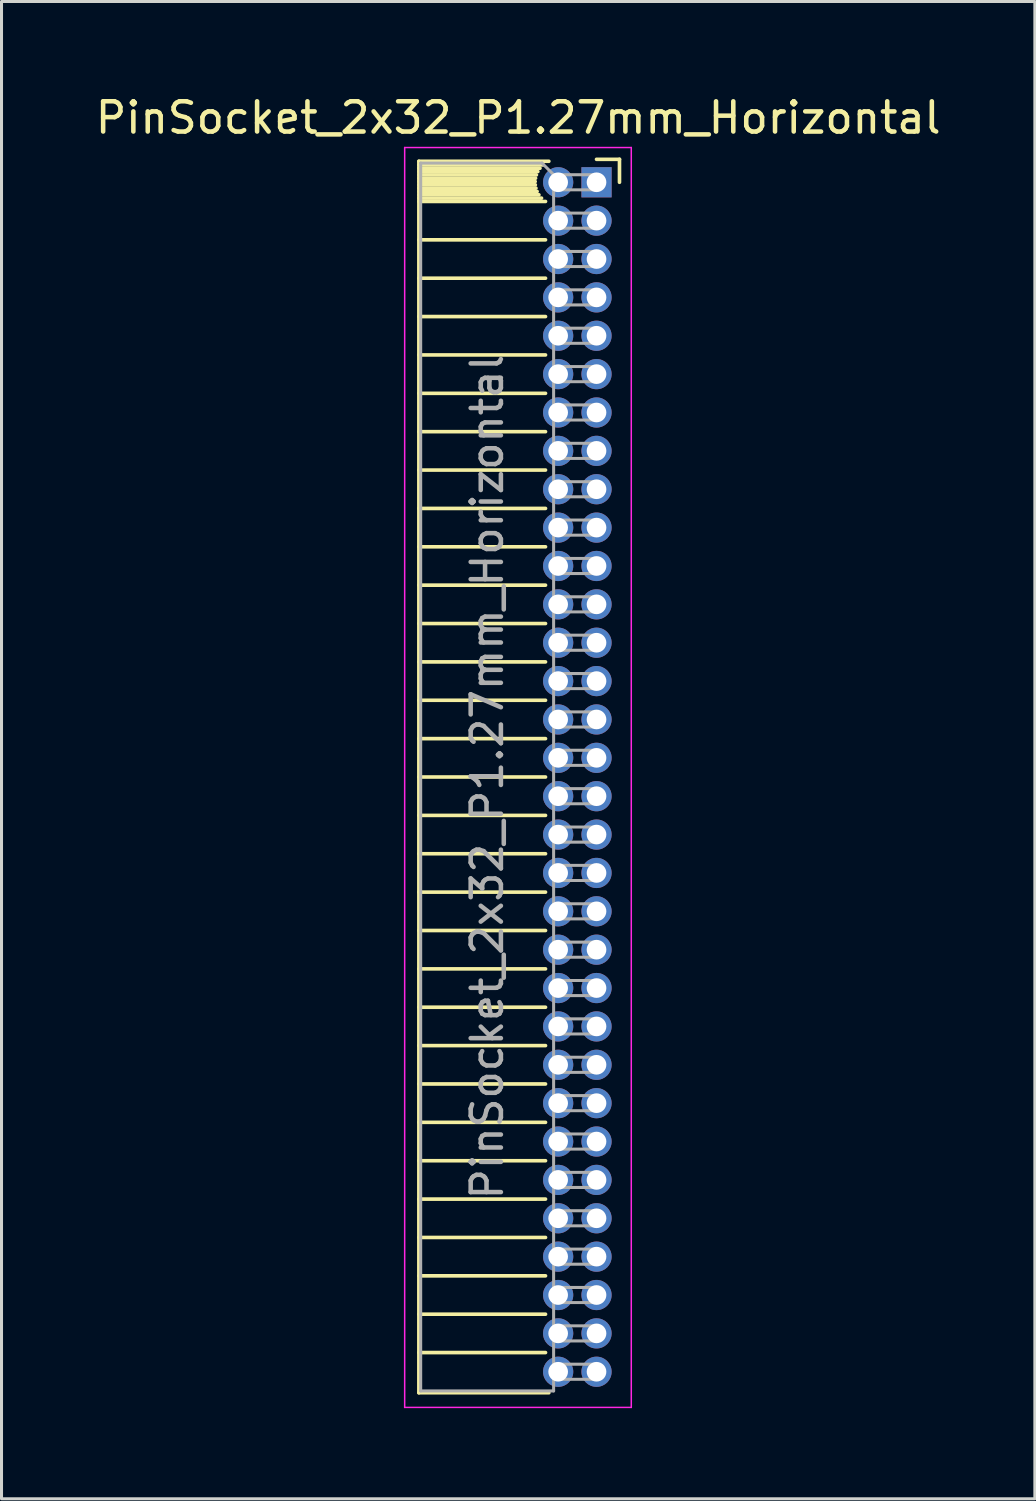
<source format=kicad_pcb>
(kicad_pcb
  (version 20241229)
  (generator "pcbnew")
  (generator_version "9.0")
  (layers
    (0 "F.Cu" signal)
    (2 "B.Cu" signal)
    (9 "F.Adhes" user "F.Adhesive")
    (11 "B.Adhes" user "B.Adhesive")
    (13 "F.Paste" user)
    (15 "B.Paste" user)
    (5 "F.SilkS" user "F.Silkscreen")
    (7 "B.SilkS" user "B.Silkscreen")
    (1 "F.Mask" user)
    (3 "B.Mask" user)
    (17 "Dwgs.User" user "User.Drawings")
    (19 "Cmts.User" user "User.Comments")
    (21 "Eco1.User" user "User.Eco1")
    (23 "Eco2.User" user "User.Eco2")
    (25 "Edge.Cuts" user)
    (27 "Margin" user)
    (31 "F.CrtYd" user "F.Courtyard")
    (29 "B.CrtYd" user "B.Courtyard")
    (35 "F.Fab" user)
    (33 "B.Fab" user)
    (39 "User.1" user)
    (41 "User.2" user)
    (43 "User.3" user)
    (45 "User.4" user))
  (footprint "PinSocket_2x32_P1.27mm_Horizontal"
    (layer "F.Cu")
    (at 16.694 2.983)
    (property "Reference" "PinSocket_2x32_P1.27mm_Horizontal" (at -2.592 -2.135 0) (layer "F.SilkS") (effects (font (size 1 1) (thickness 0.15))))
    (attr through_hole)
    (fp_line (start -5.88 -0.695) (end -5.88 40.065) (stroke (width 0.12) (type solid)) (layer "F.SilkS"))
    (fp_line (start -5.88 -0.695) (end -1.578 -0.695) (stroke (width 0.12) (type solid)) (layer "F.SilkS"))
    (fp_line (start -5.88 -0.575) (end -1.767 -0.575) (stroke (width 0.12) (type solid)) (layer "F.SilkS"))
    (fp_line (start -5.88 -0.465) (end -1.871 -0.465) (stroke (width 0.12) (type solid)) (layer "F.SilkS"))
    (fp_line (start -5.88 -0.355) (end -1.942 -0.355) (stroke (width 0.12) (type solid)) (layer "F.SilkS"))
    (fp_line (start -5.88 -0.245) (end -1.989 -0.245) (stroke (width 0.12) (type solid)) (layer "F.SilkS"))
    (fp_line (start -5.88 -0.135) (end -2.018 -0.135) (stroke (width 0.12) (type solid)) (layer "F.SilkS"))
    (fp_line (start -5.88 -0.025) (end -2.03 -0.025) (stroke (width 0.12) (type solid)) (layer "F.SilkS"))
    (fp_line (start -5.88 0.085) (end -2.025 0.085) (stroke (width 0.12) (type solid)) (layer "F.SilkS"))
    (fp_line (start -5.88 0.195) (end -2.005 0.195) (stroke (width 0.12) (type solid)) (layer "F.SilkS"))
    (fp_line (start -5.88 0.305) (end -1.966 0.305) (stroke (width 0.12) (type solid)) (layer "F.SilkS"))
    (fp_line (start -5.88 0.415) (end -1.907 0.415) (stroke (width 0.12) (type solid)) (layer "F.SilkS"))
    (fp_line (start -5.88 0.525) (end -1.82 0.525) (stroke (width 0.12) (type solid)) (layer "F.SilkS"))
    (fp_line (start -5.88 0.635) (end -1.688 0.635) (stroke (width 0.12) (type solid)) (layer "F.SilkS"))
    (fp_line (start -5.88 1.905) (end -1.688 1.905) (stroke (width 0.12) (type solid)) (layer "F.SilkS"))
    (fp_line (start -5.88 3.175) (end -1.688 3.175) (stroke (width 0.12) (type solid)) (layer "F.SilkS"))
    (fp_line (start -5.88 4.445) (end -1.688 4.445) (stroke (width 0.12) (type solid)) (layer "F.SilkS"))
    (fp_line (start -5.88 5.715) (end -1.688 5.715) (stroke (width 0.12) (type solid)) (layer "F.SilkS"))
    (fp_line (start -5.88 6.985) (end -1.688 6.985) (stroke (width 0.12) (type solid)) (layer "F.SilkS"))
    (fp_line (start -5.88 8.255) (end -1.688 8.255) (stroke (width 0.12) (type solid)) (layer "F.SilkS"))
    (fp_line (start -5.88 9.525) (end -1.688 9.525) (stroke (width 0.12) (type solid)) (layer "F.SilkS"))
    (fp_line (start -5.88 10.795) (end -1.688 10.795) (stroke (width 0.12) (type solid)) (layer "F.SilkS"))
    (fp_line (start -5.88 12.065) (end -1.688 12.065) (stroke (width 0.12) (type solid)) (layer "F.SilkS"))
    (fp_line (start -5.88 13.335) (end -1.688 13.335) (stroke (width 0.12) (type solid)) (layer "F.SilkS"))
    (fp_line (start -5.88 14.605) (end -1.688 14.605) (stroke (width 0.12) (type solid)) (layer "F.SilkS"))
    (fp_line (start -5.88 15.875) (end -1.688 15.875) (stroke (width 0.12) (type solid)) (layer "F.SilkS"))
    (fp_line (start -5.88 17.145) (end -1.688 17.145) (stroke (width 0.12) (type solid)) (layer "F.SilkS"))
    (fp_line (start -5.88 18.415) (end -1.688 18.415) (stroke (width 0.12) (type solid)) (layer "F.SilkS"))
    (fp_line (start -5.88 19.685) (end -1.688 19.685) (stroke (width 0.12) (type solid)) (layer "F.SilkS"))
    (fp_line (start -5.88 20.955) (end -1.688 20.955) (stroke (width 0.12) (type solid)) (layer "F.SilkS"))
    (fp_line (start -5.88 22.225) (end -1.688 22.225) (stroke (width 0.12) (type solid)) (layer "F.SilkS"))
    (fp_line (start -5.88 23.495) (end -1.688 23.495) (stroke (width 0.12) (type solid)) (layer "F.SilkS"))
    (fp_line (start -5.88 24.765) (end -1.688 24.765) (stroke (width 0.12) (type solid)) (layer "F.SilkS"))
    (fp_line (start -5.88 26.035) (end -1.688 26.035) (stroke (width 0.12) (type solid)) (layer "F.SilkS"))
    (fp_line (start -5.88 27.305) (end -1.688 27.305) (stroke (width 0.12) (type solid)) (layer "F.SilkS"))
    (fp_line (start -5.88 28.575) (end -1.688 28.575) (stroke (width 0.12) (type solid)) (layer "F.SilkS"))
    (fp_line (start -5.88 29.845) (end -1.688 29.845) (stroke (width 0.12) (type solid)) (layer "F.SilkS"))
    (fp_line (start -5.88 31.115) (end -1.688 31.115) (stroke (width 0.12) (type solid)) (layer "F.SilkS"))
    (fp_line (start -5.88 32.385) (end -1.688 32.385) (stroke (width 0.12) (type solid)) (layer "F.SilkS"))
    (fp_line (start -5.88 33.655) (end -1.688 33.655) (stroke (width 0.12) (type solid)) (layer "F.SilkS"))
    (fp_line (start -5.88 34.925) (end -1.688 34.925) (stroke (width 0.12) (type solid)) (layer "F.SilkS"))
    (fp_line (start -5.88 36.195) (end -1.688 36.195) (stroke (width 0.12) (type solid)) (layer "F.SilkS"))
    (fp_line (start -5.88 37.465) (end -1.688 37.465) (stroke (width 0.12) (type solid)) (layer "F.SilkS"))
    (fp_line (start -5.88 38.735) (end -1.688 38.735) (stroke (width 0.12) (type solid)) (layer "F.SilkS"))
    (fp_line (start -5.88 40.065) (end -1.578 40.065) (stroke (width 0.12) (type solid)) (layer "F.SilkS"))
    (fp_line (start 0 -0.76) (end 0.76 -0.76) (stroke (width 0.12) (type solid)) (layer "F.SilkS"))
    (fp_line (start 0.76 -0.76) (end 0.76 0) (stroke (width 0.12) (type solid)) (layer "F.SilkS"))
    (fp_line (start -6.35 -1.15) (end -6.35 40.55) (stroke (width 0.05) (type solid)) (layer "F.CrtYd"))
    (fp_line (start -6.35 40.55) (end 1.15 40.55) (stroke (width 0.05) (type solid)) (layer "F.CrtYd"))
    (fp_line (start 1.15 -1.15) (end -6.35 -1.15) (stroke (width 0.05) (type solid)) (layer "F.CrtYd"))
    (fp_line (start 1.15 40.55) (end 1.15 -1.15) (stroke (width 0.05) (type solid)) (layer "F.CrtYd"))
    (fp_line (start -5.82 -0.635) (end -1.805 -0.635) (stroke (width 0.1) (type solid)) (layer "F.Fab"))
    (fp_line (start -5.82 40.005) (end -5.82 -0.635) (stroke (width 0.1) (type solid)) (layer "F.Fab"))
    (fp_line (start -1.805 -0.635) (end -1.42 -0.25) (stroke (width 0.1) (type solid)) (layer "F.Fab"))
    (fp_line (start -1.42 -0.25) (end -1.42 40.005) (stroke (width 0.1) (type solid)) (layer "F.Fab"))
    (fp_line (start -1.42 0.25) (end 0 0.25) (stroke (width 0.1) (type solid)) (layer "F.Fab"))
    (fp_line (start -1.42 1.52) (end 0 1.52) (stroke (width 0.1) (type solid)) (layer "F.Fab"))
    (fp_line (start -1.42 2.79) (end 0 2.79) (stroke (width 0.1) (type solid)) (layer "F.Fab"))
    (fp_line (start -1.42 4.06) (end 0 4.06) (stroke (width 0.1) (type solid)) (layer "F.Fab"))
    (fp_line (start -1.42 5.33) (end 0 5.33) (stroke (width 0.1) (type solid)) (layer "F.Fab"))
    (fp_line (start -1.42 6.6) (end 0 6.6) (stroke (width 0.1) (type solid)) (layer "F.Fab"))
    (fp_line (start -1.42 7.87) (end 0 7.87) (stroke (width 0.1) (type solid)) (layer "F.Fab"))
    (fp_line (start -1.42 9.14) (end 0 9.14) (stroke (width 0.1) (type solid)) (layer "F.Fab"))
    (fp_line (start -1.42 10.41) (end 0 10.41) (stroke (width 0.1) (type solid)) (layer "F.Fab"))
    (fp_line (start -1.42 11.68) (end 0 11.68) (stroke (width 0.1) (type solid)) (layer "F.Fab"))
    (fp_line (start -1.42 12.95) (end 0 12.95) (stroke (width 0.1) (type solid)) (layer "F.Fab"))
    (fp_line (start -1.42 14.22) (end 0 14.22) (stroke (width 0.1) (type solid)) (layer "F.Fab"))
    (fp_line (start -1.42 15.49) (end 0 15.49) (stroke (width 0.1) (type solid)) (layer "F.Fab"))
    (fp_line (start -1.42 16.76) (end 0 16.76) (stroke (width 0.1) (type solid)) (layer "F.Fab"))
    (fp_line (start -1.42 18.03) (end 0 18.03) (stroke (width 0.1) (type solid)) (layer "F.Fab"))
    (fp_line (start -1.42 19.3) (end 0 19.3) (stroke (width 0.1) (type solid)) (layer "F.Fab"))
    (fp_line (start -1.42 20.57) (end 0 20.57) (stroke (width 0.1) (type solid)) (layer "F.Fab"))
    (fp_line (start -1.42 21.84) (end 0 21.84) (stroke (width 0.1) (type solid)) (layer "F.Fab"))
    (fp_line (start -1.42 23.11) (end 0 23.11) (stroke (width 0.1) (type solid)) (layer "F.Fab"))
    (fp_line (start -1.42 24.38) (end 0 24.38) (stroke (width 0.1) (type solid)) (layer "F.Fab"))
    (fp_line (start -1.42 25.65) (end 0 25.65) (stroke (width 0.1) (type solid)) (layer "F.Fab"))
    (fp_line (start -1.42 26.92) (end 0 26.92) (stroke (width 0.1) (type solid)) (layer "F.Fab"))
    (fp_line (start -1.42 28.19) (end 0 28.19) (stroke (width 0.1) (type solid)) (layer "F.Fab"))
    (fp_line (start -1.42 29.46) (end 0 29.46) (stroke (width 0.1) (type solid)) (layer "F.Fab"))
    (fp_line (start -1.42 30.73) (end 0 30.73) (stroke (width 0.1) (type solid)) (layer "F.Fab"))
    (fp_line (start -1.42 32) (end 0 32) (stroke (width 0.1) (type solid)) (layer "F.Fab"))
    (fp_line (start -1.42 33.27) (end 0 33.27) (stroke (width 0.1) (type solid)) (layer "F.Fab"))
    (fp_line (start -1.42 34.54) (end 0 34.54) (stroke (width 0.1) (type solid)) (layer "F.Fab"))
    (fp_line (start -1.42 35.81) (end 0 35.81) (stroke (width 0.1) (type solid)) (layer "F.Fab"))
    (fp_line (start -1.42 37.08) (end 0 37.08) (stroke (width 0.1) (type solid)) (layer "F.Fab"))
    (fp_line (start -1.42 38.35) (end 0 38.35) (stroke (width 0.1) (type solid)) (layer "F.Fab"))
    (fp_line (start -1.42 39.62) (end 0 39.62) (stroke (width 0.1) (type solid)) (layer "F.Fab"))
    (fp_line (start -1.42 40.005) (end -5.82 40.005) (stroke (width 0.1) (type solid)) (layer "F.Fab"))
    (fp_line (start 0 -0.25) (end -1.42 -0.25) (stroke (width 0.1) (type solid)) (layer "F.Fab"))
    (fp_line (start 0 0.25) (end 0 -0.25) (stroke (width 0.1) (type solid)) (layer "F.Fab"))
    (fp_line (start 0 1.02) (end -1.42 1.02) (stroke (width 0.1) (type solid)) (layer "F.Fab"))
    (fp_line (start 0 1.52) (end 0 1.02) (stroke (width 0.1) (type solid)) (layer "F.Fab"))
    (fp_line (start 0 2.29) (end -1.42 2.29) (stroke (width 0.1) (type solid)) (layer "F.Fab"))
    (fp_line (start 0 2.79) (end 0 2.29) (stroke (width 0.1) (type solid)) (layer "F.Fab"))
    (fp_line (start 0 3.56) (end -1.42 3.56) (stroke (width 0.1) (type solid)) (layer "F.Fab"))
    (fp_line (start 0 4.06) (end 0 3.56) (stroke (width 0.1) (type solid)) (layer "F.Fab"))
    (fp_line (start 0 4.83) (end -1.42 4.83) (stroke (width 0.1) (type solid)) (layer "F.Fab"))
    (fp_line (start 0 5.33) (end 0 4.83) (stroke (width 0.1) (type solid)) (layer "F.Fab"))
    (fp_line (start 0 6.1) (end -1.42 6.1) (stroke (width 0.1) (type solid)) (layer "F.Fab"))
    (fp_line (start 0 6.6) (end 0 6.1) (stroke (width 0.1) (type solid)) (layer "F.Fab"))
    (fp_line (start 0 7.37) (end -1.42 7.37) (stroke (width 0.1) (type solid)) (layer "F.Fab"))
    (fp_line (start 0 7.87) (end 0 7.37) (stroke (width 0.1) (type solid)) (layer "F.Fab"))
    (fp_line (start 0 8.64) (end -1.42 8.64) (stroke (width 0.1) (type solid)) (layer "F.Fab"))
    (fp_line (start 0 9.14) (end 0 8.64) (stroke (width 0.1) (type solid)) (layer "F.Fab"))
    (fp_line (start 0 9.91) (end -1.42 9.91) (stroke (width 0.1) (type solid)) (layer "F.Fab"))
    (fp_line (start 0 10.41) (end 0 9.91) (stroke (width 0.1) (type solid)) (layer "F.Fab"))
    (fp_line (start 0 11.18) (end -1.42 11.18) (stroke (width 0.1) (type solid)) (layer "F.Fab"))
    (fp_line (start 0 11.68) (end 0 11.18) (stroke (width 0.1) (type solid)) (layer "F.Fab"))
    (fp_line (start 0 12.45) (end -1.42 12.45) (stroke (width 0.1) (type solid)) (layer "F.Fab"))
    (fp_line (start 0 12.95) (end 0 12.45) (stroke (width 0.1) (type solid)) (layer "F.Fab"))
    (fp_line (start 0 13.72) (end -1.42 13.72) (stroke (width 0.1) (type solid)) (layer "F.Fab"))
    (fp_line (start 0 14.22) (end 0 13.72) (stroke (width 0.1) (type solid)) (layer "F.Fab"))
    (fp_line (start 0 14.99) (end -1.42 14.99) (stroke (width 0.1) (type solid)) (layer "F.Fab"))
    (fp_line (start 0 15.49) (end 0 14.99) (stroke (width 0.1) (type solid)) (layer "F.Fab"))
    (fp_line (start 0 16.26) (end -1.42 16.26) (stroke (width 0.1) (type solid)) (layer "F.Fab"))
    (fp_line (start 0 16.76) (end 0 16.26) (stroke (width 0.1) (type solid)) (layer "F.Fab"))
    (fp_line (start 0 17.53) (end -1.42 17.53) (stroke (width 0.1) (type solid)) (layer "F.Fab"))
    (fp_line (start 0 18.03) (end 0 17.53) (stroke (width 0.1) (type solid)) (layer "F.Fab"))
    (fp_line (start 0 18.8) (end -1.42 18.8) (stroke (width 0.1) (type solid)) (layer "F.Fab"))
    (fp_line (start 0 19.3) (end 0 18.8) (stroke (width 0.1) (type solid)) (layer "F.Fab"))
    (fp_line (start 0 20.07) (end -1.42 20.07) (stroke (width 0.1) (type solid)) (layer "F.Fab"))
    (fp_line (start 0 20.57) (end 0 20.07) (stroke (width 0.1) (type solid)) (layer "F.Fab"))
    (fp_line (start 0 21.34) (end -1.42 21.34) (stroke (width 0.1) (type solid)) (layer "F.Fab"))
    (fp_line (start 0 21.84) (end 0 21.34) (stroke (width 0.1) (type solid)) (layer "F.Fab"))
    (fp_line (start 0 22.61) (end -1.42 22.61) (stroke (width 0.1) (type solid)) (layer "F.Fab"))
    (fp_line (start 0 23.11) (end 0 22.61) (stroke (width 0.1) (type solid)) (layer "F.Fab"))
    (fp_line (start 0 23.88) (end -1.42 23.88) (stroke (width 0.1) (type solid)) (layer "F.Fab"))
    (fp_line (start 0 24.38) (end 0 23.88) (stroke (width 0.1) (type solid)) (layer "F.Fab"))
    (fp_line (start 0 25.15) (end -1.42 25.15) (stroke (width 0.1) (type solid)) (layer "F.Fab"))
    (fp_line (start 0 25.65) (end 0 25.15) (stroke (width 0.1) (type solid)) (layer "F.Fab"))
    (fp_line (start 0 26.42) (end -1.42 26.42) (stroke (width 0.1) (type solid)) (layer "F.Fab"))
    (fp_line (start 0 26.92) (end 0 26.42) (stroke (width 0.1) (type solid)) (layer "F.Fab"))
    (fp_line (start 0 27.69) (end -1.42 27.69) (stroke (width 0.1) (type solid)) (layer "F.Fab"))
    (fp_line (start 0 28.19) (end 0 27.69) (stroke (width 0.1) (type solid)) (layer "F.Fab"))
    (fp_line (start 0 28.96) (end -1.42 28.96) (stroke (width 0.1) (type solid)) (layer "F.Fab"))
    (fp_line (start 0 29.46) (end 0 28.96) (stroke (width 0.1) (type solid)) (layer "F.Fab"))
    (fp_line (start 0 30.23) (end -1.42 30.23) (stroke (width 0.1) (type solid)) (layer "F.Fab"))
    (fp_line (start 0 30.73) (end 0 30.23) (stroke (width 0.1) (type solid)) (layer "F.Fab"))
    (fp_line (start 0 31.5) (end -1.42 31.5) (stroke (width 0.1) (type solid)) (layer "F.Fab"))
    (fp_line (start 0 32) (end 0 31.5) (stroke (width 0.1) (type solid)) (layer "F.Fab"))
    (fp_line (start 0 32.77) (end -1.42 32.77) (stroke (width 0.1) (type solid)) (layer "F.Fab"))
    (fp_line (start 0 33.27) (end 0 32.77) (stroke (width 0.1) (type solid)) (layer "F.Fab"))
    (fp_line (start 0 34.04) (end -1.42 34.04) (stroke (width 0.1) (type solid)) (layer "F.Fab"))
    (fp_line (start 0 34.54) (end 0 34.04) (stroke (width 0.1) (type solid)) (layer "F.Fab"))
    (fp_line (start 0 35.31) (end -1.42 35.31) (stroke (width 0.1) (type solid)) (layer "F.Fab"))
    (fp_line (start 0 35.81) (end 0 35.31) (stroke (width 0.1) (type solid)) (layer "F.Fab"))
    (fp_line (start 0 36.58) (end -1.42 36.58) (stroke (width 0.1) (type solid)) (layer "F.Fab"))
    (fp_line (start 0 37.08) (end 0 36.58) (stroke (width 0.1) (type solid)) (layer "F.Fab"))
    (fp_line (start 0 37.85) (end -1.42 37.85) (stroke (width 0.1) (type solid)) (layer "F.Fab"))
    (fp_line (start 0 38.35) (end 0 37.85) (stroke (width 0.1) (type solid)) (layer "F.Fab"))
    (fp_line (start 0 39.12) (end -1.42 39.12) (stroke (width 0.1) (type solid)) (layer "F.Fab"))
    (fp_line (start 0 39.62) (end 0 39.12) (stroke (width 0.1) (type solid)) (layer "F.Fab"))
    (fp_text user "${REFERENCE}" (at -3.62 19.685 90) (layer "F.Fab") (effects (font (size 1 1) (thickness 0.15))))
    (pad "1" thru_hole rect (at 0 0) (size 1 1) (drill 0.65) (layers "*.Cu" "*.Mask"))
    (pad "2" thru_hole circle (at -1.27 0) (size 1 1) (drill 0.65) (layers "*.Cu" "*.Mask"))
    (pad "3" thru_hole circle (at 0 1.27) (size 1 1) (drill 0.65) (layers "*.Cu" "*.Mask"))
    (pad "4" thru_hole circle (at -1.27 1.27) (size 1 1) (drill 0.65) (layers "*.Cu" "*.Mask"))
    (pad "5" thru_hole circle (at 0 2.54) (size 1 1) (drill 0.65) (layers "*.Cu" "*.Mask"))
    (pad "6" thru_hole circle (at -1.27 2.54) (size 1 1) (drill 0.65) (layers "*.Cu" "*.Mask"))
    (pad "7" thru_hole circle (at 0 3.81) (size 1 1) (drill 0.65) (layers "*.Cu" "*.Mask"))
    (pad "8" thru_hole circle (at -1.27 3.81) (size 1 1) (drill 0.65) (layers "*.Cu" "*.Mask"))
    (pad "9" thru_hole circle (at 0 5.08) (size 1 1) (drill 0.65) (layers "*.Cu" "*.Mask"))
    (pad "10" thru_hole circle (at -1.27 5.08) (size 1 1) (drill 0.65) (layers "*.Cu" "*.Mask"))
    (pad "11" thru_hole circle (at 0 6.35) (size 1 1) (drill 0.65) (layers "*.Cu" "*.Mask"))
    (pad "12" thru_hole circle (at -1.27 6.35) (size 1 1) (drill 0.65) (layers "*.Cu" "*.Mask"))
    (pad "13" thru_hole circle (at 0 7.62) (size 1 1) (drill 0.65) (layers "*.Cu" "*.Mask"))
    (pad "14" thru_hole circle (at -1.27 7.62) (size 1 1) (drill 0.65) (layers "*.Cu" "*.Mask"))
    (pad "15" thru_hole circle (at 0 8.89) (size 1 1) (drill 0.65) (layers "*.Cu" "*.Mask"))
    (pad "16" thru_hole circle (at -1.27 8.89) (size 1 1) (drill 0.65) (layers "*.Cu" "*.Mask"))
    (pad "17" thru_hole circle (at 0 10.16) (size 1 1) (drill 0.65) (layers "*.Cu" "*.Mask"))
    (pad "18" thru_hole circle (at -1.27 10.16) (size 1 1) (drill 0.65) (layers "*.Cu" "*.Mask"))
    (pad "19" thru_hole circle (at 0 11.43) (size 1 1) (drill 0.65) (layers "*.Cu" "*.Mask"))
    (pad "20" thru_hole circle (at -1.27 11.43) (size 1 1) (drill 0.65) (layers "*.Cu" "*.Mask"))
    (pad "21" thru_hole circle (at 0 12.7) (size 1 1) (drill 0.65) (layers "*.Cu" "*.Mask"))
    (pad "22" thru_hole circle (at -1.27 12.7) (size 1 1) (drill 0.65) (layers "*.Cu" "*.Mask"))
    (pad "23" thru_hole circle (at 0 13.97) (size 1 1) (drill 0.65) (layers "*.Cu" "*.Mask"))
    (pad "24" thru_hole circle (at -1.27 13.97) (size 1 1) (drill 0.65) (layers "*.Cu" "*.Mask"))
    (pad "25" thru_hole circle (at 0 15.24) (size 1 1) (drill 0.65) (layers "*.Cu" "*.Mask"))
    (pad "26" thru_hole circle (at -1.27 15.24) (size 1 1) (drill 0.65) (layers "*.Cu" "*.Mask"))
    (pad "27" thru_hole circle (at 0 16.51) (size 1 1) (drill 0.65) (layers "*.Cu" "*.Mask"))
    (pad "28" thru_hole circle (at -1.27 16.51) (size 1 1) (drill 0.65) (layers "*.Cu" "*.Mask"))
    (pad "29" thru_hole circle (at 0 17.78) (size 1 1) (drill 0.65) (layers "*.Cu" "*.Mask"))
    (pad "30" thru_hole circle (at -1.27 17.78) (size 1 1) (drill 0.65) (layers "*.Cu" "*.Mask"))
    (pad "31" thru_hole circle (at 0 19.05) (size 1 1) (drill 0.65) (layers "*.Cu" "*.Mask"))
    (pad "32" thru_hole circle (at -1.27 19.05) (size 1 1) (drill 0.65) (layers "*.Cu" "*.Mask"))
    (pad "33" thru_hole circle (at 0 20.32) (size 1 1) (drill 0.65) (layers "*.Cu" "*.Mask"))
    (pad "34" thru_hole circle (at -1.27 20.32) (size 1 1) (drill 0.65) (layers "*.Cu" "*.Mask"))
    (pad "35" thru_hole circle (at 0 21.59) (size 1 1) (drill 0.65) (layers "*.Cu" "*.Mask"))
    (pad "36" thru_hole circle (at -1.27 21.59) (size 1 1) (drill 0.65) (layers "*.Cu" "*.Mask"))
    (pad "37" thru_hole circle (at 0 22.86) (size 1 1) (drill 0.65) (layers "*.Cu" "*.Mask"))
    (pad "38" thru_hole circle (at -1.27 22.86) (size 1 1) (drill 0.65) (layers "*.Cu" "*.Mask"))
    (pad "39" thru_hole circle (at 0 24.13) (size 1 1) (drill 0.65) (layers "*.Cu" "*.Mask"))
    (pad "40" thru_hole circle (at -1.27 24.13) (size 1 1) (drill 0.65) (layers "*.Cu" "*.Mask"))
    (pad "41" thru_hole circle (at 0 25.4) (size 1 1) (drill 0.65) (layers "*.Cu" "*.Mask"))
    (pad "42" thru_hole circle (at -1.27 25.4) (size 1 1) (drill 0.65) (layers "*.Cu" "*.Mask"))
    (pad "43" thru_hole circle (at 0 26.67) (size 1 1) (drill 0.65) (layers "*.Cu" "*.Mask"))
    (pad "44" thru_hole circle (at -1.27 26.67) (size 1 1) (drill 0.65) (layers "*.Cu" "*.Mask"))
    (pad "45" thru_hole circle (at 0 27.94) (size 1 1) (drill 0.65) (layers "*.Cu" "*.Mask"))
    (pad "46" thru_hole circle (at -1.27 27.94) (size 1 1) (drill 0.65) (layers "*.Cu" "*.Mask"))
    (pad "47" thru_hole circle (at 0 29.21) (size 1 1) (drill 0.65) (layers "*.Cu" "*.Mask"))
    (pad "48" thru_hole circle (at -1.27 29.21) (size 1 1) (drill 0.65) (layers "*.Cu" "*.Mask"))
    (pad "49" thru_hole circle (at 0 30.48) (size 1 1) (drill 0.65) (layers "*.Cu" "*.Mask"))
    (pad "50" thru_hole circle (at -1.27 30.48) (size 1 1) (drill 0.65) (layers "*.Cu" "*.Mask"))
    (pad "51" thru_hole circle (at 0 31.75) (size 1 1) (drill 0.65) (layers "*.Cu" "*.Mask"))
    (pad "52" thru_hole circle (at -1.27 31.75) (size 1 1) (drill 0.65) (layers "*.Cu" "*.Mask"))
    (pad "53" thru_hole circle (at 0 33.02) (size 1 1) (drill 0.65) (layers "*.Cu" "*.Mask"))
    (pad "54" thru_hole circle (at -1.27 33.02) (size 1 1) (drill 0.65) (layers "*.Cu" "*.Mask"))
    (pad "55" thru_hole circle (at 0 34.29) (size 1 1) (drill 0.65) (layers "*.Cu" "*.Mask"))
    (pad "56" thru_hole circle (at -1.27 34.29) (size 1 1) (drill 0.65) (layers "*.Cu" "*.Mask"))
    (pad "57" thru_hole circle (at 0 35.56) (size 1 1) (drill 0.65) (layers "*.Cu" "*.Mask"))
    (pad "58" thru_hole circle (at -1.27 35.56) (size 1 1) (drill 0.65) (layers "*.Cu" "*.Mask"))
    (pad "59" thru_hole circle (at 0 36.83) (size 1 1) (drill 0.65) (layers "*.Cu" "*.Mask"))
    (pad "60" thru_hole circle (at -1.27 36.83) (size 1 1) (drill 0.65) (layers "*.Cu" "*.Mask"))
    (pad "61" thru_hole circle (at 0 38.1) (size 1 1) (drill 0.65) (layers "*.Cu" "*.Mask"))
    (pad "62" thru_hole circle (at -1.27 38.1) (size 1 1) (drill 0.65) (layers "*.Cu" "*.Mask"))
    (pad "63" thru_hole circle (at 0 39.37) (size 1 1) (drill 0.65) (layers "*.Cu" "*.Mask"))
    (pad "64" thru_hole circle (at -1.27 39.37) (size 1 1) (drill 0.65) (layers "*.Cu" "*.Mask")))
  (gr_rect
    (start -3 -3)
    (end 31.202 46.558)
    (stroke (width 0.1) (type default))
    (fill no)
    (layer "Edge.Cuts")))
</source>
